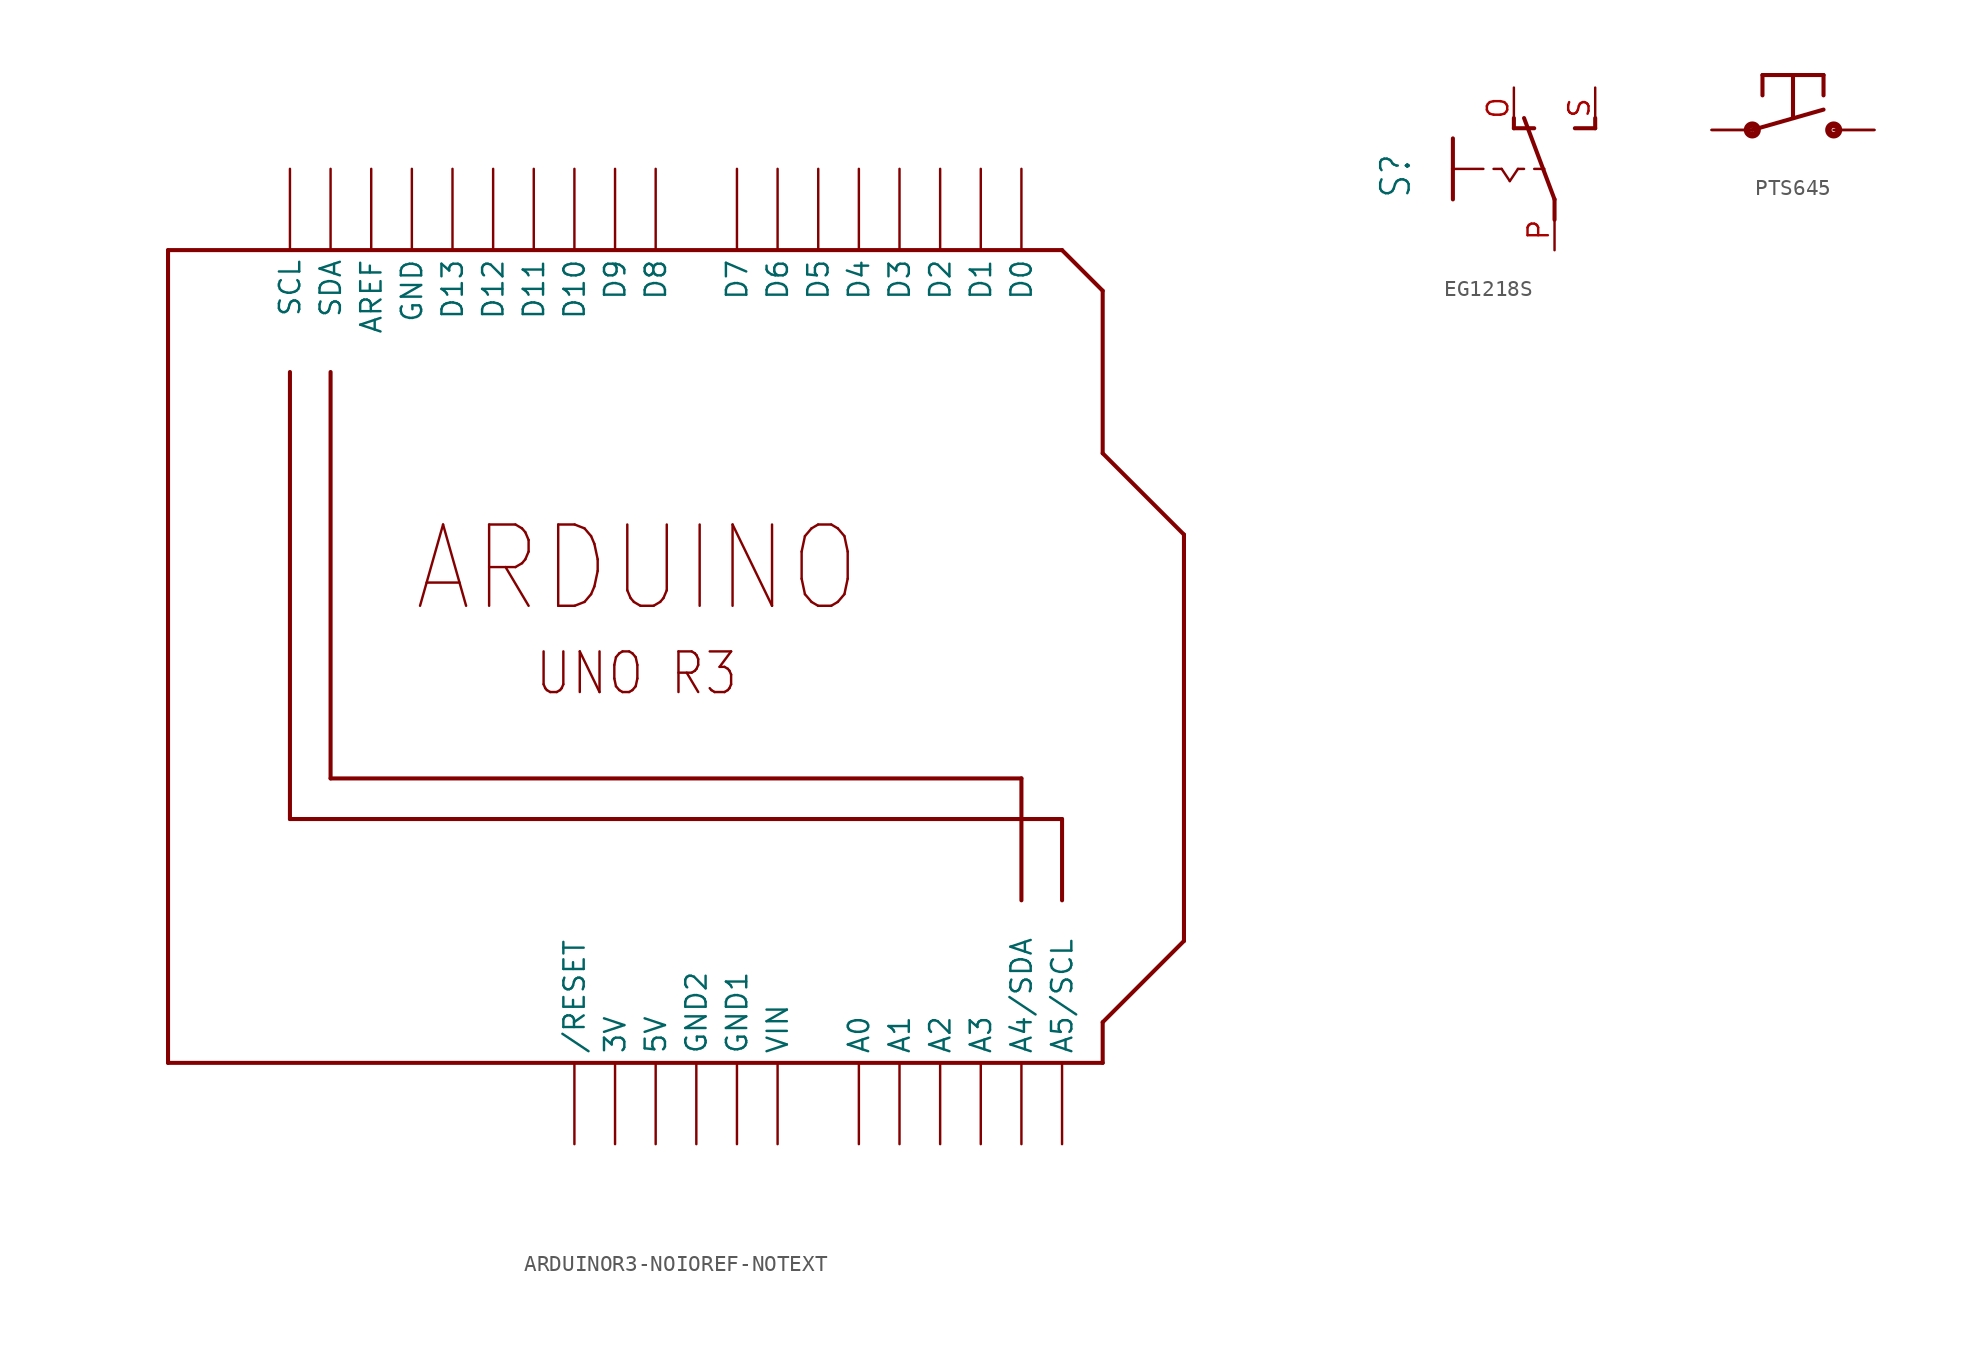
<source format=kicad_sym>
(kicad_symbol_lib
  (version 20220914)
  (generator kicad_symbol_editor)
  (symbol "ARDUINOR3-NOIOREF-NOTEXT"
    (property "Reference" "Q"
      (at 0 0 0)
      (effects (font (size 1.27 1.27)) hide))
    (property "ki_locked" ""
      (at 0 0 0)
      (effects (font (size 1.27 1.27))))
    (symbol "ARDUINOR3-NOIOREF-NOTEXT_1_0"
      (polyline (pts (xy -33.02 -25.4) (xy 25.4 -25.4)) (stroke (width 0.254) (type solid)) (fill (type none)))
      (polyline (pts (xy -33.02 25.4) (xy -33.02 -25.4)) (stroke (width 0.254) (type solid)) (fill (type none)))
      (polyline (pts (xy -25.4 -10.16) (xy 22.86 -10.16)) (stroke (width 0.254) (type solid)) (fill (type none)))
      (polyline (pts (xy -25.4 17.78) (xy -25.4 -10.16)) (stroke (width 0.254) (type solid)) (fill (type none)))
      (polyline (pts (xy -22.86 -7.62) (xy 20.32 -7.62)) (stroke (width 0.254) (type solid)) (fill (type none)))
      (polyline (pts (xy -22.86 17.78) (xy -22.86 -7.62)) (stroke (width 0.254) (type solid)) (fill (type none)))
      (polyline (pts (xy 20.32 -7.62) (xy 20.32 -15.24)) (stroke (width 0.254) (type solid)) (fill (type none)))
      (polyline (pts (xy 22.86 -10.16) (xy 22.86 -15.24)) (stroke (width 0.254) (type solid)) (fill (type none)))
      (polyline (pts (xy 22.86 25.4) (xy -33.02 25.4)) (stroke (width 0.254) (type solid)) (fill (type none)))
      (polyline (pts (xy 25.4 -25.4) (xy 25.4 -22.86)) (stroke (width 0.254) (type solid)) (fill (type none)))
      (polyline (pts (xy 25.4 -22.86) (xy 30.48 -17.78)) (stroke (width 0.254) (type solid)) (fill (type none)))
      (polyline (pts (xy 25.4 12.7) (xy 25.4 22.86)) (stroke (width 0.254) (type solid)) (fill (type none)))
      (polyline (pts (xy 25.4 22.86) (xy 22.86 25.4)) (stroke (width 0.254) (type solid)) (fill (type none)))
      (polyline (pts (xy 30.48 -17.78) (xy 30.48 7.62)) (stroke (width 0.254) (type solid)) (fill (type none)))
      (polyline (pts (xy 30.48 7.62) (xy 25.4 12.7)) (stroke (width 0.254) (type solid)) (fill (type none)))
      (text "ARDUINO" (at -17.78 2.54 0) (effects (font (size 5.08 4.318)) (justify left bottom)))
      (text "UNO R3" (at -10.16 -2.54 0) (effects (font (size 2.54 2.159)) (justify left bottom)))
      (pin power_in line (at -5.08 -30.48 90) (length 5.08) (name "3V" (effects (font (size 1.27 1.27)))) (number "3V" (effects (font (size 0 0)))))
      (pin power_in line (at -2.54 -30.48 90) (length 5.08) (name "5V" (effects (font (size 1.27 1.27)))) (number "5V" (effects (font (size 0 0)))))
      (pin bidirectional line (at 10.16 -30.48 90) (length 5.08) (name "A0" (effects (font (size 1.27 1.27)))) (number "A0" (effects (font (size 0 0)))))
      (pin bidirectional line (at 12.7 -30.48 90) (length 5.08) (name "A1" (effects (font (size 1.27 1.27)))) (number "A1" (effects (font (size 0 0)))))
      (pin bidirectional line (at 15.24 -30.48 90) (length 5.08) (name "A2" (effects (font (size 1.27 1.27)))) (number "A2" (effects (font (size 0 0)))))
      (pin bidirectional line (at 17.78 -30.48 90) (length 5.08) (name "A3" (effects (font (size 1.27 1.27)))) (number "A3" (effects (font (size 0 0)))))
      (pin bidirectional line (at 20.32 -30.48 90) (length 5.08) (name "A4/SDA" (effects (font (size 1.27 1.27)))) (number "A4" (effects (font (size 0 0)))))
      (pin bidirectional line (at 22.86 -30.48 90) (length 5.08) (name "A5/SCL" (effects (font (size 1.27 1.27)))) (number "A5" (effects (font (size 0 0)))))
      (pin bidirectional line (at -20.32 30.48 270) (length 5.08) (name "AREF" (effects (font (size 1.27 1.27)))) (number "AREF" (effects (font (size 0 0)))))
      (pin bidirectional line (at 20.32 30.48 270) (length 5.08) (name "D0" (effects (font (size 1.27 1.27)))) (number "D0" (effects (font (size 0 0)))))
      (pin bidirectional line (at 17.78 30.48 270) (length 5.08) (name "D1" (effects (font (size 1.27 1.27)))) (number "D1" (effects (font (size 0 0)))))
      (pin bidirectional line (at -7.62 30.48 270) (length 5.08) (name "D10" (effects (font (size 1.27 1.27)))) (number "D10" (effects (font (size 0 0)))))
      (pin bidirectional line (at -10.16 30.48 270) (length 5.08) (name "D11" (effects (font (size 1.27 1.27)))) (number "D11" (effects (font (size 0 0)))))
      (pin bidirectional line (at -12.7 30.48 270) (length 5.08) (name "D12" (effects (font (size 1.27 1.27)))) (number "D12" (effects (font (size 0 0)))))
      (pin bidirectional line (at -15.24 30.48 270) (length 5.08) (name "D13" (effects (font (size 1.27 1.27)))) (number "D13" (effects (font (size 0 0)))))
      (pin bidirectional line (at 15.24 30.48 270) (length 5.08) (name "D2" (effects (font (size 1.27 1.27)))) (number "D2" (effects (font (size 0 0)))))
      (pin bidirectional line (at 12.7 30.48 270) (length 5.08) (name "D3" (effects (font (size 1.27 1.27)))) (number "D3" (effects (font (size 0 0)))))
      (pin bidirectional line (at 10.16 30.48 270) (length 5.08) (name "D4" (effects (font (size 1.27 1.27)))) (number "D4" (effects (font (size 0 0)))))
      (pin bidirectional line (at 7.62 30.48 270) (length 5.08) (name "D5" (effects (font (size 1.27 1.27)))) (number "D5" (effects (font (size 0 0)))))
      (pin bidirectional line (at 5.08 30.48 270) (length 5.08) (name "D6" (effects (font (size 1.27 1.27)))) (number "D6" (effects (font (size 0 0)))))
      (pin bidirectional line (at 2.54 30.48 270) (length 5.08) (name "D7" (effects (font (size 1.27 1.27)))) (number "D7" (effects (font (size 0 0)))))
      (pin bidirectional line (at -2.54 30.48 270) (length 5.08) (name "D8" (effects (font (size 1.27 1.27)))) (number "D8" (effects (font (size 0 0)))))
      (pin bidirectional line (at -5.08 30.48 270) (length 5.08) (name "D9" (effects (font (size 1.27 1.27)))) (number "D9" (effects (font (size 0 0)))))
      (pin power_in line (at -17.78 30.48 270) (length 5.08) (name "GND" (effects (font (size 1.27 1.27)))) (number "GND" (effects (font (size 0 0)))))
      (pin power_in line (at 2.54 -30.48 90) (length 5.08) (name "GND1" (effects (font (size 1.27 1.27)))) (number "GND1" (effects (font (size 0 0)))))
      (pin power_in line (at 0 -30.48 90) (length 5.08) (name "GND2" (effects (font (size 1.27 1.27)))) (number "GND2" (effects (font (size 0 0)))))
      (pin bidirectional line (at -7.62 -30.48 90) (length 5.08) (name "/RESET" (effects (font (size 1.27 1.27)))) (number "RESET" (effects (font (size 0 0)))))
      (pin bidirectional line (at -25.4 30.48 270) (length 5.08) (name "SCL" (effects (font (size 1.27 1.27)))) (number "SCL" (effects (font (size 0 0)))))
      (pin bidirectional line (at -22.86 30.48 270) (length 5.08) (name "SDA" (effects (font (size 1.27 1.27)))) (number "SDA" (effects (font (size 0 0)))))
      (pin power_in line (at 5.08 -30.48 90) (length 5.08) (name "VIN" (effects (font (size 1.27 1.27)))) (number "VIN" (effects (font (size 0 0)))))))
  (symbol "EG1218S"
    (property "Reference" "S"
      (at -6.35 -1.905 90)
      (effects (font (size 1.778 1.511)) (justify left bottom)))
    (property "Value" ""
      (at -3.81 3.175 90)
      (effects (font (size 1.778 1.511)) (justify left bottom)))
    (property "ki_locked" ""
      (at 0 0 0)
      (effects (font (size 1.27 1.27))))
    (symbol "EG1218S_1_0"
      (polyline (pts (xy -3.81 0) (xy -3.81 -1.905)) (stroke (width 0.254) (type solid)) (fill (type none)))
      (polyline (pts (xy -3.81 0) (xy -1.905 0)) (stroke (width 0.152) (type solid)) (fill (type none)))
      (polyline (pts (xy -3.81 1.905) (xy -3.81 0)) (stroke (width 0.254) (type solid)) (fill (type none)))
      (polyline (pts (xy -1.27 0) (xy -0.762 0)) (stroke (width 0.152) (type solid)) (fill (type none)))
      (polyline (pts (xy -0.762 0) (xy -0.254 -0.762)) (stroke (width 0.152) (type solid)) (fill (type none)))
      (polyline (pts (xy -0.254 -0.762) (xy 0.254 0)) (stroke (width 0.152) (type solid)) (fill (type none)))
      (polyline (pts (xy 0 2.54) (xy 0 3.175)) (stroke (width 0.254) (type solid)) (fill (type none)))
      (polyline (pts (xy 0 2.54) (xy 1.27 2.54)) (stroke (width 0.254) (type solid)) (fill (type none)))
      (polyline (pts (xy 0.254 0) (xy 0.635 0)) (stroke (width 0.152) (type solid)) (fill (type none)))
      (polyline (pts (xy 1.27 0) (xy 1.905 0)) (stroke (width 0.152) (type solid)) (fill (type none)))
      (polyline (pts (xy 2.54 -3.175) (xy 2.54 -1.905)) (stroke (width 0.254) (type solid)) (fill (type none)))
      (polyline (pts (xy 2.54 -1.905) (xy 0.635 3.175)) (stroke (width 0.254) (type solid)) (fill (type none)))
      (polyline (pts (xy 3.81 2.54) (xy 5.08 2.54)) (stroke (width 0.254) (type solid)) (fill (type none)))
      (polyline (pts (xy 5.08 2.54) (xy 5.08 3.175)) (stroke (width 0.254) (type solid)) (fill (type none)))
      (pin passive line (at 0 5.08 270) (length 2.54) (name "O" (effects (font (size 0 0)))) (number "O" (effects (font (size 1.27 1.27)))))
      (pin passive line (at 2.54 -5.08 90) (length 2.54) (name "P" (effects (font (size 0 0)))) (number "P" (effects (font (size 1.27 1.27)))))
      (pin passive line (at 5.08 5.08 270) (length 2.54) (name "S" (effects (font (size 0 0)))) (number "S" (effects (font (size 1.27 1.27)))))))
  (symbol "PTS645"
    (property "Reference" ""
      (at -5.08 3.81 0)
      (effects (font (size 2.54 2.159)) (justify left bottom) hide))
    (property "Value" ""
      (at 0 -1.27 0)
      (effects (font (size 2.54 2.159)) (justify top)))
    (property "ki_locked" ""
      (at 0 0 0)
      (effects (font (size 1.27 1.27))))
    (symbol "PTS645_1_0"
      (circle (center -2.54 0) (radius 0.127) (stroke (width 0.406) (type solid)) (fill (type none)))
      (polyline (pts (xy -2.54 0) (xy 1.905 1.27)) (stroke (width 0.254) (type solid)) (fill (type none)))
      (polyline (pts (xy -1.905 3.429) (xy -1.905 2.159)) (stroke (width 0.254) (type solid)) (fill (type none)))
      (polyline (pts (xy 0 0.762) (xy 0 3.302)) (stroke (width 0.254) (type solid)) (fill (type none)))
      (polyline (pts (xy 1.905 3.429) (xy -1.905 3.429)) (stroke (width 0.254) (type solid)) (fill (type none)))
      (polyline (pts (xy 1.905 3.429) (xy 1.905 2.159)) (stroke (width 0.254) (type solid)) (fill (type none)))
      (circle (center 2.54 0) (radius 0.127) (stroke (width 0.406) (type solid)) (fill (type none)))
      (pin passive line (at -5.08 0 0) (length 2.54) (name "1" (effects (font (size 0 0)))) (number "1" (effects (font (size 0 0)))))
      (pin passive line (at -5.08 0 0) (length 2.54) (name "1" (effects (font (size 0 0)))) (number "2" (effects (font (size 0 0)))))
      (pin passive line (at 5.08 0 180) (length 2.54) (name "2" (effects (font (size 0 0)))) (number "3" (effects (font (size 0 0)))))
      (pin passive line (at 5.08 0 180) (length 2.54) (name "2" (effects (font (size 0 0)))) (number "4" (effects (font (size 0 0))))))))
</source>
